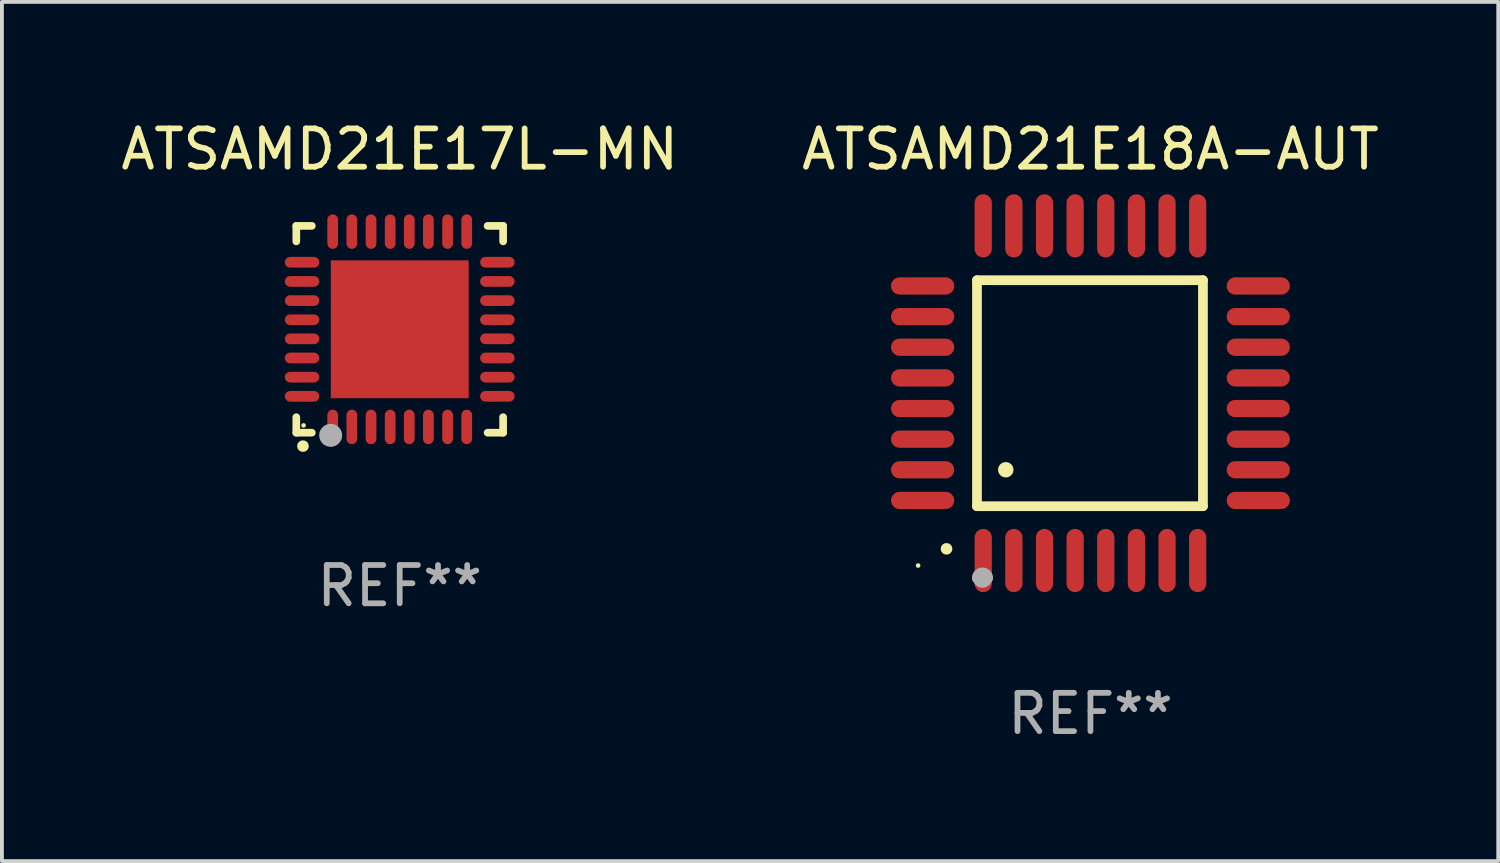
<source format=kicad_pcb>
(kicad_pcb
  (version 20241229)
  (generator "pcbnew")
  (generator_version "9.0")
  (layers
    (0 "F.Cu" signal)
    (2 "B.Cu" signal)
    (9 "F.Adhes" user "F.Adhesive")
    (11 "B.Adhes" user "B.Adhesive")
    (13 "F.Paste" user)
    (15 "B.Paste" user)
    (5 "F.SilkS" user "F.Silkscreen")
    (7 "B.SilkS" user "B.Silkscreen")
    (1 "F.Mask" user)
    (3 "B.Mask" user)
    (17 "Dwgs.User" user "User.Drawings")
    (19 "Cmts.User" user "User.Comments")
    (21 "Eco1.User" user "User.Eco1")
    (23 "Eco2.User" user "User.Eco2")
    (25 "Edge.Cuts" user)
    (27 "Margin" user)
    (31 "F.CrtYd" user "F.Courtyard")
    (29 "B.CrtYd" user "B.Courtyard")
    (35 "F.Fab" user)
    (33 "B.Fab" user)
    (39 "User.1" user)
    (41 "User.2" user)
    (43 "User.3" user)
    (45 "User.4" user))
  (footprint "ATSAMD21E18A-AUT"
    (layer "F.Cu")
    (at 25.423 7.217)
    (property "Reference" "ATSAMD21E18A-AUT" (at 0 -6.369 0) (layer "F.SilkS") (effects (font (size 1 1) (thickness 0.15))))
    (attr through_hole)
    (fp_line (start -2.963 -2.95) (end -2.963 2.95) (stroke (width 0.254) (type solid)) (layer "F.SilkS"))
    (fp_line (start -2.963 2.95) (end 2.937 2.95) (stroke (width 0.254) (type solid)) (layer "F.SilkS"))
    (fp_line (start 2.937 -2.95) (end -2.963 -2.95) (stroke (width 0.254) (type solid)) (layer "F.SilkS"))
    (fp_line (start 2.937 2.95) (end 2.937 -2.95) (stroke (width 0.254) (type solid)) (layer "F.SilkS"))
    (fp_arc (start -3.759208 4.064008) (mid -3.757938 4.064003) (end -3.756668 4.064008) (stroke (width 0.3) (type solid)) (layer "F.SilkS"))
    (fp_arc (start -2.212344 1.998984) (mid -2.211074 1.99898) (end -2.209804 1.998984) (stroke (width 0.4) (type solid)) (layer "F.SilkS"))
    (fp_circle (center -4.5 4.5) (end -4.47 4.5) (stroke (width 0.06) (type solid)) (fill no) (layer "F.SilkS"))
    (fp_arc (start -2.967489 4.82601) (mid -2.819406 4.677927) (end -2.671323 4.82601) (stroke (width 0.254001) (type solid)) (layer "F.Fab"))
    (fp_arc (start -2.967488 4.82601) (mid -2.819406 4.791053) (end -2.671324 4.82601) (stroke (width 0.254001) (type solid)) (layer "F.Fab"))
    (fp_circle (center -2.819 4.826) (end -2.692 4.826) (stroke (width 0.254) (type solid)) (fill no) (layer "F.Fab"))
    (fp_text user "REF**" (at 0 8.369 0) (layer "F.Fab") (effects (font (size 1 1) (thickness 0.15))))
    (pad "1" smd oval (at -2.8 4.369) (size 0.45 1.65) (layers "F.Cu" "F.Mask" "F.Paste"))
    (pad "2" smd oval (at -2 4.369) (size 0.45 1.65) (layers "F.Cu" "F.Mask" "F.Paste"))
    (pad "3" smd oval (at -1.2 4.369) (size 0.45 1.65) (layers "F.Cu" "F.Mask" "F.Paste"))
    (pad "4" smd oval (at -0.4 4.369) (size 0.45 1.65) (layers "F.Cu" "F.Mask" "F.Paste"))
    (pad "5" smd oval (at 0.4 4.369) (size 0.45 1.65) (layers "F.Cu" "F.Mask" "F.Paste"))
    (pad "6" smd oval (at 1.2 4.369) (size 0.45 1.65) (layers "F.Cu" "F.Mask" "F.Paste"))
    (pad "7" smd oval (at 2 4.369) (size 0.45 1.65) (layers "F.Cu" "F.Mask" "F.Paste"))
    (pad "8" smd oval (at 2.8 4.369) (size 0.45 1.65) (layers "F.Cu" "F.Mask" "F.Paste"))
    (pad "9" smd oval (at 4.382 2.8) (size 1.65 0.45) (layers "F.Cu" "F.Mask" "F.Paste"))
    (pad "10" smd oval (at 4.382 2) (size 1.65 0.45) (layers "F.Cu" "F.Mask" "F.Paste"))
    (pad "11" smd oval (at 4.382 1.2) (size 1.65 0.45) (layers "F.Cu" "F.Mask" "F.Paste"))
    (pad "12" smd oval (at 4.382 0.4) (size 1.65 0.45) (layers "F.Cu" "F.Mask" "F.Paste"))
    (pad "13" smd oval (at 4.382 -0.4) (size 1.65 0.45) (layers "F.Cu" "F.Mask" "F.Paste"))
    (pad "14" smd oval (at 4.382 -1.2) (size 1.65 0.45) (layers "F.Cu" "F.Mask" "F.Paste"))
    (pad "15" smd oval (at 4.382 -2) (size 1.65 0.45) (layers "F.Cu" "F.Mask" "F.Paste"))
    (pad "16" smd oval (at 4.382 -2.8) (size 1.65 0.45) (layers "F.Cu" "F.Mask" "F.Paste"))
    (pad "17" smd oval (at 2.8 -4.369) (size 0.45 1.65) (layers "F.Cu" "F.Mask" "F.Paste"))
    (pad "18" smd oval (at 2 -4.369) (size 0.45 1.65) (layers "F.Cu" "F.Mask" "F.Paste"))
    (pad "19" smd oval (at 1.2 -4.369) (size 0.45 1.65) (layers "F.Cu" "F.Mask" "F.Paste"))
    (pad "20" smd oval (at 0.4 -4.369) (size 0.45 1.65) (layers "F.Cu" "F.Mask" "F.Paste"))
    (pad "21" smd oval (at -0.4 -4.369) (size 0.45 1.65) (layers "F.Cu" "F.Mask" "F.Paste"))
    (pad "22" smd oval (at -1.2 -4.369) (size 0.45 1.65) (layers "F.Cu" "F.Mask" "F.Paste"))
    (pad "23" smd oval (at -2 -4.369) (size 0.45 1.65) (layers "F.Cu" "F.Mask" "F.Paste"))
    (pad "24" smd oval (at -2.8 -4.369) (size 0.45 1.65) (layers "F.Cu" "F.Mask" "F.Paste"))
    (pad "25" smd oval (at -4.382 -2.8) (size 1.65 0.45) (layers "F.Cu" "F.Mask" "F.Paste"))
    (pad "26" smd oval (at -4.382 -2) (size 1.65 0.45) (layers "F.Cu" "F.Mask" "F.Paste"))
    (pad "27" smd oval (at -4.382 -1.2) (size 1.65 0.45) (layers "F.Cu" "F.Mask" "F.Paste"))
    (pad "28" smd oval (at -4.382 -0.4) (size 1.65 0.45) (layers "F.Cu" "F.Mask" "F.Paste"))
    (pad "29" smd oval (at -4.382 0.4) (size 1.65 0.45) (layers "F.Cu" "F.Mask" "F.Paste"))
    (pad "30" smd oval (at -4.382 1.2) (size 1.65 0.45) (layers "F.Cu" "F.Mask" "F.Paste"))
    (pad "31" smd oval (at -4.382 2) (size 1.65 0.45) (layers "F.Cu" "F.Mask" "F.Paste"))
    (pad "32" smd oval (at -4.382 2.8) (size 1.65 0.45) (layers "F.Cu" "F.Mask" "F.Paste")))
  (footprint "ATSAMD21E17L-MN"
    (layer "F.Cu")
    (at 7.387 5.548)
    (property "Reference" "ATSAMD21E17L-MN" (at 0 -4.7 0) (layer "F.SilkS") (effects (font (size 1 1) (thickness 0.15))))
    (attr through_hole)
    (fp_line (start -2.7 -2.7) (end -2.295 -2.7) (stroke (width 0.2) (type solid)) (layer "F.SilkS"))
    (fp_line (start -2.7 -2.295) (end -2.7 -2.7) (stroke (width 0.2) (type solid)) (layer "F.SilkS"))
    (fp_line (start -2.7 2.7) (end -2.7 2.295) (stroke (width 0.2) (type solid)) (layer "F.SilkS"))
    (fp_line (start -2.295 2.7) (end -2.7 2.7) (stroke (width 0.2) (type solid)) (layer "F.SilkS"))
    (fp_line (start 2.295 2.7) (end 2.7 2.7) (stroke (width 0.2) (type solid)) (layer "F.SilkS"))
    (fp_line (start 2.7 -2.7) (end 2.295 -2.7) (stroke (width 0.2) (type solid)) (layer "F.SilkS"))
    (fp_line (start 2.7 -2.295) (end 2.7 -2.7) (stroke (width 0.2) (type solid)) (layer "F.SilkS"))
    (fp_line (start 2.7 2.7) (end 2.7 2.295) (stroke (width 0.2) (type solid)) (layer "F.SilkS"))
    (fp_arc (start -2.527889 3.050546) (mid -2.526619 3.050541) (end -2.525349 3.050546) (stroke (width 0.3) (type solid)) (layer "F.SilkS"))
    (fp_circle (center -2.51 2.51) (end -2.48 2.51) (stroke (width 0.06) (type solid)) (fill no) (layer "F.SilkS"))
    (fp_circle (center -1.803 2.769) (end -1.653 2.769) (stroke (width 0.3) (type solid)) (fill no) (layer "F.Fab"))
    (fp_text user "REF**" (at 0 6.7 0) (layer "F.Fab") (effects (font (size 1 1) (thickness 0.15))))
    (pad "1" smd oval (at -1.75 2.55) (size 0.28 0.9) (layers "F.Cu" "F.Mask" "F.Paste"))
    (pad "2" smd oval (at -1.25 2.55) (size 0.28 0.9) (layers "F.Cu" "F.Mask" "F.Paste"))
    (pad "3" smd oval (at -0.749 2.55) (size 0.28 0.9) (layers "F.Cu" "F.Mask" "F.Paste"))
    (pad "4" smd oval (at -0.249 2.55) (size 0.28 0.9) (layers "F.Cu" "F.Mask" "F.Paste"))
    (pad "5" smd oval (at 0.249 2.55) (size 0.28 0.9) (layers "F.Cu" "F.Mask" "F.Paste"))
    (pad "6" smd oval (at 0.749 2.55) (size 0.28 0.9) (layers "F.Cu" "F.Mask" "F.Paste"))
    (pad "7" smd oval (at 1.25 2.55) (size 0.28 0.9) (layers "F.Cu" "F.Mask" "F.Paste"))
    (pad "8" smd oval (at 1.75 2.55) (size 0.28 0.9) (layers "F.Cu" "F.Mask" "F.Paste"))
    (pad "9" smd oval (at 2.55 1.75) (size 0.9 0.28) (layers "F.Cu" "F.Mask" "F.Paste"))
    (pad "10" smd oval (at 2.55 1.25) (size 0.9 0.28) (layers "F.Cu" "F.Mask" "F.Paste"))
    (pad "11" smd oval (at 2.55 0.749) (size 0.9 0.28) (layers "F.Cu" "F.Mask" "F.Paste"))
    (pad "12" smd oval (at 2.55 0.249) (size 0.9 0.28) (layers "F.Cu" "F.Mask" "F.Paste"))
    (pad "13" smd oval (at 2.55 -0.249) (size 0.9 0.28) (layers "F.Cu" "F.Mask" "F.Paste"))
    (pad "14" smd oval (at 2.55 -0.749) (size 0.9 0.28) (layers "F.Cu" "F.Mask" "F.Paste"))
    (pad "15" smd oval (at 2.55 -1.25) (size 0.9 0.28) (layers "F.Cu" "F.Mask" "F.Paste"))
    (pad "16" smd oval (at 2.55 -1.75) (size 0.9 0.28) (layers "F.Cu" "F.Mask" "F.Paste"))
    (pad "17" smd oval (at 1.75 -2.55) (size 0.28 0.9) (layers "F.Cu" "F.Mask" "F.Paste"))
    (pad "18" smd oval (at 1.25 -2.55) (size 0.28 0.9) (layers "F.Cu" "F.Mask" "F.Paste"))
    (pad "19" smd oval (at 0.749 -2.55) (size 0.28 0.9) (layers "F.Cu" "F.Mask" "F.Paste"))
    (pad "20" smd oval (at 0.249 -2.55) (size 0.28 0.9) (layers "F.Cu" "F.Mask" "F.Paste"))
    (pad "21" smd oval (at -0.249 -2.55) (size 0.28 0.9) (layers "F.Cu" "F.Mask" "F.Paste"))
    (pad "22" smd oval (at -0.749 -2.55) (size 0.28 0.9) (layers "F.Cu" "F.Mask" "F.Paste"))
    (pad "23" smd oval (at -1.25 -2.55) (size 0.28 0.9) (layers "F.Cu" "F.Mask" "F.Paste"))
    (pad "24" smd oval (at -1.75 -2.55) (size 0.28 0.9) (layers "F.Cu" "F.Mask" "F.Paste"))
    (pad "25" smd oval (at -2.55 -1.75) (size 0.9 0.28) (layers "F.Cu" "F.Mask" "F.Paste"))
    (pad "26" smd oval (at -2.55 -1.25) (size 0.9 0.28) (layers "F.Cu" "F.Mask" "F.Paste"))
    (pad "27" smd oval (at -2.55 -0.749) (size 0.9 0.28) (layers "F.Cu" "F.Mask" "F.Paste"))
    (pad "28" smd oval (at -2.55 -0.249) (size 0.9 0.28) (layers "F.Cu" "F.Mask" "F.Paste"))
    (pad "29" smd oval (at -2.55 0.249) (size 0.9 0.28) (layers "F.Cu" "F.Mask" "F.Paste"))
    (pad "30" smd oval (at -2.55 0.749) (size 0.9 0.28) (layers "F.Cu" "F.Mask" "F.Paste"))
    (pad "31" smd oval (at -2.55 1.25) (size 0.9 0.28) (layers "F.Cu" "F.Mask" "F.Paste"))
    (pad "32" smd oval (at -2.55 1.75) (size 0.9 0.28) (layers "F.Cu" "F.Mask" "F.Paste"))
    (pad "33" smd rect (at 0.000203 -0.000102) (size 3.6 3.6) (layers "F.Cu" "F.Mask" "F.Paste")))
  (gr_rect
    (start -3 -3)
    (end 36.071 19.434)
    (stroke (width 0.1) (type default))
    (fill no)
    (layer "Edge.Cuts")))
</source>
